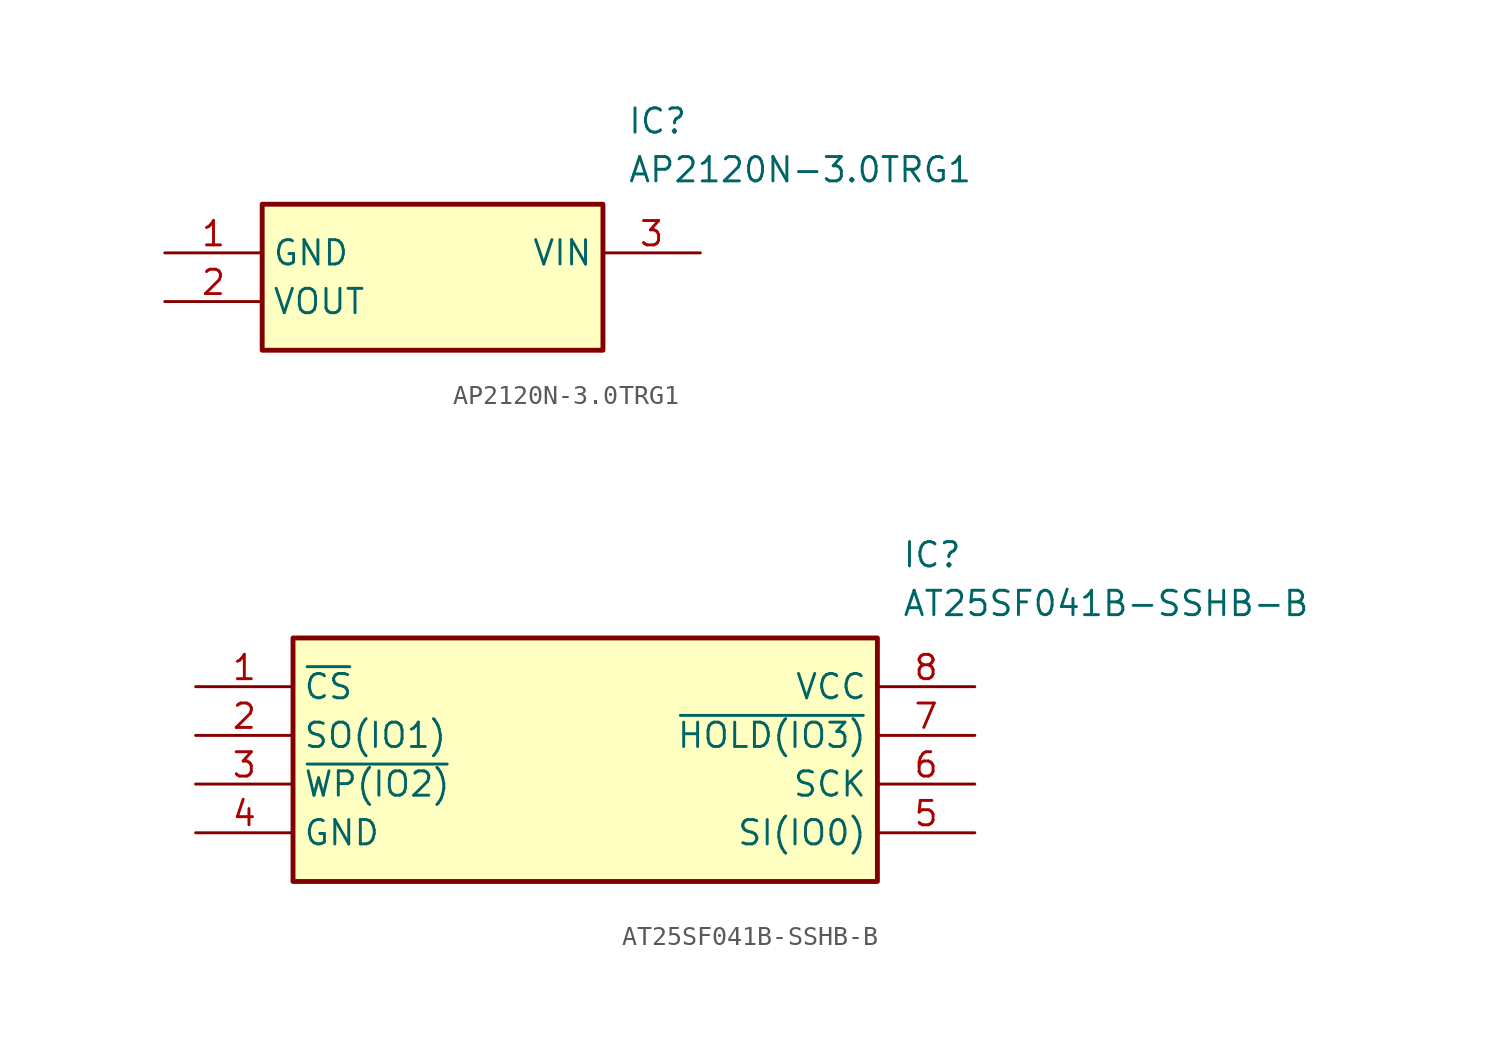
<source format=kicad_sym>
(kicad_symbol_lib
  (version 20211014)
  (generator SamacSys_ECAD_Model)
  (symbol "AP2120N-3.0TRG1"
    (property "Reference" "IC"
      (at 24.13 7.62 0)
      (effects (font (size 1.27 1.27)) (justify left top)))
    (property "Value" "AP2120N-3.0TRG1"
      (at 24.13 5.08 0)
      (effects (font (size 1.27 1.27)) (justify left top)))
    (rectangle
      (start 5.08 2.54)
      (end 22.86 -5.08)
      (stroke (width 0.254) (type default))
      (fill (type background)))
    (pin passive line
      (at 0 0 0)
      (length 5.08)
      (name "GND" (effects (font (size 1.27 1.27))))
      (number "1" (effects (font (size 1.27 1.27)))))
    (pin passive line
      (at 0 -2.54 0)
      (length 5.08)
      (name "VOUT" (effects (font (size 1.27 1.27))))
      (number "2" (effects (font (size 1.27 1.27)))))
    (pin passive line
      (at 27.94 0 180)
      (length 5.08)
      (name "VIN" (effects (font (size 1.27 1.27))))
      (number "3" (effects (font (size 1.27 1.27))))))
  (symbol "AT25SF041B-SSHB-B"
    (property "Reference" "IC"
      (at 36.83 7.62 0)
      (effects (font (size 1.27 1.27)) (justify left top)))
    (property "Value" "AT25SF041B-SSHB-B"
      (at 36.83 5.08 0)
      (effects (font (size 1.27 1.27)) (justify left top)))
    (rectangle
      (start 5.08 2.54)
      (end 35.56 -10.16)
      (stroke (width 0.254) (type default))
      (fill (type background)))
    (pin passive line
      (at 0 0 0)
      (length 5.08)
      (name "~{CS}" (effects (font (size 1.27 1.27))))
      (number "1" (effects (font (size 1.27 1.27)))))
    (pin passive line
      (at 0 -2.54 0)
      (length 5.08)
      (name "SO(IO1)" (effects (font (size 1.27 1.27))))
      (number "2" (effects (font (size 1.27 1.27)))))
    (pin passive line
      (at 0 -5.08 0)
      (length 5.08)
      (name "~{WP(IO2)}" (effects (font (size 1.27 1.27))))
      (number "3" (effects (font (size 1.27 1.27)))))
    (pin passive line
      (at 0 -7.62 0)
      (length 5.08)
      (name "GND" (effects (font (size 1.27 1.27))))
      (number "4" (effects (font (size 1.27 1.27)))))
    (pin passive line
      (at 40.64 0 180)
      (length 5.08)
      (name "VCC" (effects (font (size 1.27 1.27))))
      (number "8" (effects (font (size 1.27 1.27)))))
    (pin passive line
      (at 40.64 -2.54 180)
      (length 5.08)
      (name "~{HOLD(IO3)}" (effects (font (size 1.27 1.27))))
      (number "7" (effects (font (size 1.27 1.27)))))
    (pin passive line
      (at 40.64 -5.08 180)
      (length 5.08)
      (name "SCK" (effects (font (size 1.27 1.27))))
      (number "6" (effects (font (size 1.27 1.27)))))
    (pin passive line
      (at 40.64 -7.62 180)
      (length 5.08)
      (name "SI(IO0)" (effects (font (size 1.27 1.27))))
      (number "5" (effects (font (size 1.27 1.27)))))))
</source>
